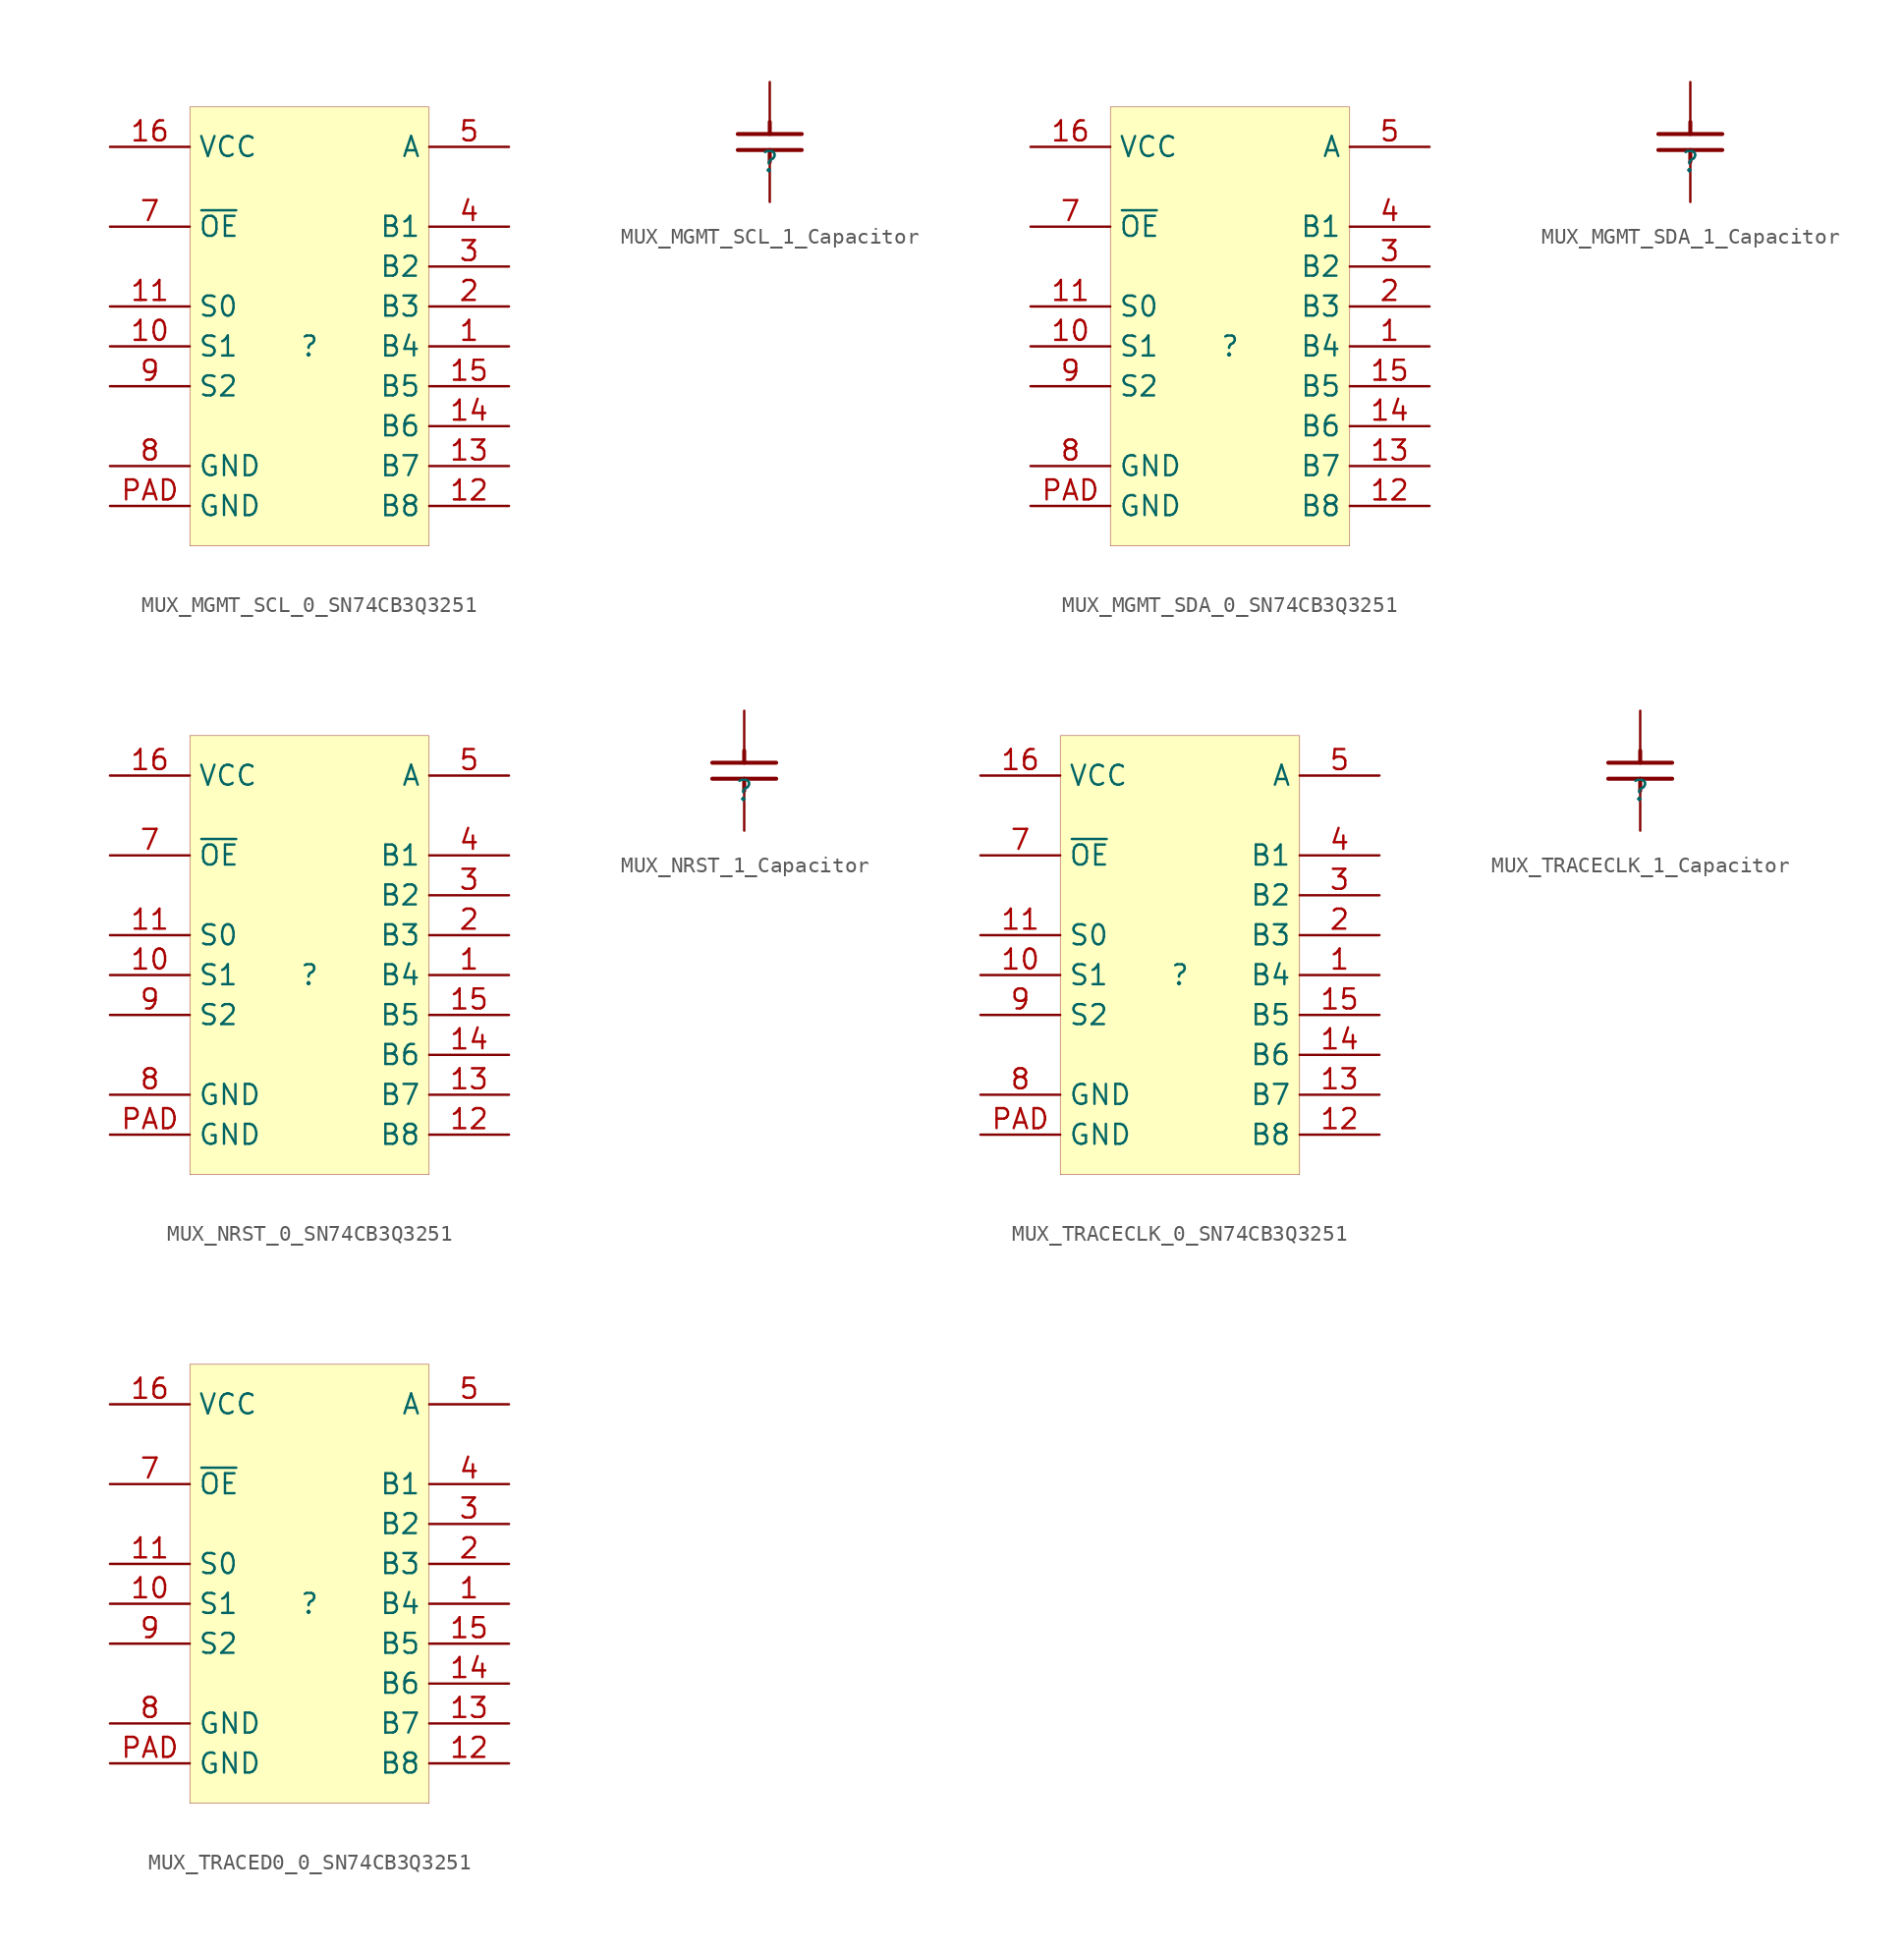
<source format=kicad_sym>
(kicad_symbol_lib
  (version 20231120)
  (generator "kicad_symbol_editor")
  (generator_version "8.0")
  (symbol "MUX_MGMT_SCL_0_SN74CB3Q3251"
    (property "Reference" ""
      (at 0 0 0)
      (effects (font (size 1.27 1.27))))
    (property "Value" ""
      (at 0 0 0)
      (effects (font (size 1.27 1.27))))
    (symbol "MUX_MGMT_SCL_0_SN74CB3Q3251_1_0"
      (rectangle (start 7.62 15.24) (end -7.62 -12.7) (stroke (width 0.025) (type solid) (color 128 0 0 1)) (fill (type background)))
      (pin passive line (at 12.7 0 180) (length 5.08) (name "B4" (effects (font (size 1.27 1.27)))) (number "1" (effects (font (size 1.27 1.27)))))
      (pin passive line (at -12.7 0 0) (length 5.08) (name "S1" (effects (font (size 1.27 1.27)))) (number "10" (effects (font (size 1.27 1.27)))))
      (pin passive line (at -12.7 2.54 0) (length 5.08) (name "S0" (effects (font (size 1.27 1.27)))) (number "11" (effects (font (size 1.27 1.27)))))
      (pin passive line (at 12.7 -10.16 180) (length 5.08) (name "B8" (effects (font (size 1.27 1.27)))) (number "12" (effects (font (size 1.27 1.27)))))
      (pin passive line (at 12.7 -7.62 180) (length 5.08) (name "B7" (effects (font (size 1.27 1.27)))) (number "13" (effects (font (size 1.27 1.27)))))
      (pin passive line (at 12.7 -5.08 180) (length 5.08) (name "B6" (effects (font (size 1.27 1.27)))) (number "14" (effects (font (size 1.27 1.27)))))
      (pin passive line (at 12.7 -2.54 180) (length 5.08) (name "B5" (effects (font (size 1.27 1.27)))) (number "15" (effects (font (size 1.27 1.27)))))
      (pin passive line (at -12.7 12.7 0) (length 5.08) (name "VCC" (effects (font (size 1.27 1.27)))) (number "16" (effects (font (size 1.27 1.27)))))
      (pin passive line (at 12.7 2.54 180) (length 5.08) (name "B3" (effects (font (size 1.27 1.27)))) (number "2" (effects (font (size 1.27 1.27)))))
      (pin passive line (at 12.7 5.08 180) (length 5.08) (name "B2" (effects (font (size 1.27 1.27)))) (number "3" (effects (font (size 1.27 1.27)))))
      (pin passive line (at 12.7 7.62 180) (length 5.08) (name "B1" (effects (font (size 1.27 1.27)))) (number "4" (effects (font (size 1.27 1.27)))))
      (pin passive line (at 12.7 12.7 180) (length 5.08) (name "A" (effects (font (size 1.27 1.27)))) (number "5" (effects (font (size 1.27 1.27)))))
      (pin passive line (at -12.7 7.62 0) (length 5.08) (name "~{OE}" (effects (font (size 1.27 1.27)))) (number "7" (effects (font (size 1.27 1.27)))))
      (pin passive line (at -12.7 -7.62 0) (length 5.08) (name "GND" (effects (font (size 1.27 1.27)))) (number "8" (effects (font (size 1.27 1.27)))))
      (pin passive line (at -12.7 -2.54 0) (length 5.08) (name "S2" (effects (font (size 1.27 1.27)))) (number "9" (effects (font (size 1.27 1.27)))))
      (pin passive line (at -12.7 -10.16 0) (length 5.08) (name "GND" (effects (font (size 1.27 1.27)))) (number "PAD" (effects (font (size 1.27 1.27)))))))
  (symbol "MUX_MGMT_SCL_1_Capacitor"
    (property "Reference" ""
      (at 0 0 0)
      (effects (font (size 1.27 1.27))))
    (property "Value" ""
      (at 0 0 0)
      (effects (font (size 1.27 1.27))))
    (symbol "MUX_MGMT_SCL_1_Capacitor_1_0"
      (polyline (pts (xy -2.032 0.762) (xy 2.032 0.762)) (stroke (width 0.254) (type solid)) (fill (type none)))
      (polyline (pts (xy 0 0) (xy 0 0.762)) (stroke (width 0.254) (type solid)) (fill (type none)))
      (polyline (pts (xy 0 1.778) (xy 0 2.54)) (stroke (width 0.254) (type solid)) (fill (type none)))
      (polyline (pts (xy 2.032 1.778) (xy -2.032 1.778)) (stroke (width 0.254) (type solid)) (fill (type none)))
      (pin passive line (at 0 -2.54 90) (length 2.54) (name "1" (effects (font (size 0 0)))) (number "1" (effects (font (size 0 0)))))
      (pin passive line (at 0 5.08 270) (length 2.54) (name "2" (effects (font (size 0 0)))) (number "2" (effects (font (size 0 0)))))))
  (symbol "MUX_MGMT_SDA_0_SN74CB3Q3251"
    (property "Reference" ""
      (at 0 0 0)
      (effects (font (size 1.27 1.27))))
    (property "Value" ""
      (at 0 0 0)
      (effects (font (size 1.27 1.27))))
    (symbol "MUX_MGMT_SDA_0_SN74CB3Q3251_1_0"
      (rectangle (start 7.62 15.24) (end -7.62 -12.7) (stroke (width 0.025) (type solid) (color 128 0 0 1)) (fill (type background)))
      (pin passive line (at 12.7 0 180) (length 5.08) (name "B4" (effects (font (size 1.27 1.27)))) (number "1" (effects (font (size 1.27 1.27)))))
      (pin passive line (at -12.7 0 0) (length 5.08) (name "S1" (effects (font (size 1.27 1.27)))) (number "10" (effects (font (size 1.27 1.27)))))
      (pin passive line (at -12.7 2.54 0) (length 5.08) (name "S0" (effects (font (size 1.27 1.27)))) (number "11" (effects (font (size 1.27 1.27)))))
      (pin passive line (at 12.7 -10.16 180) (length 5.08) (name "B8" (effects (font (size 1.27 1.27)))) (number "12" (effects (font (size 1.27 1.27)))))
      (pin passive line (at 12.7 -7.62 180) (length 5.08) (name "B7" (effects (font (size 1.27 1.27)))) (number "13" (effects (font (size 1.27 1.27)))))
      (pin passive line (at 12.7 -5.08 180) (length 5.08) (name "B6" (effects (font (size 1.27 1.27)))) (number "14" (effects (font (size 1.27 1.27)))))
      (pin passive line (at 12.7 -2.54 180) (length 5.08) (name "B5" (effects (font (size 1.27 1.27)))) (number "15" (effects (font (size 1.27 1.27)))))
      (pin passive line (at -12.7 12.7 0) (length 5.08) (name "VCC" (effects (font (size 1.27 1.27)))) (number "16" (effects (font (size 1.27 1.27)))))
      (pin passive line (at 12.7 2.54 180) (length 5.08) (name "B3" (effects (font (size 1.27 1.27)))) (number "2" (effects (font (size 1.27 1.27)))))
      (pin passive line (at 12.7 5.08 180) (length 5.08) (name "B2" (effects (font (size 1.27 1.27)))) (number "3" (effects (font (size 1.27 1.27)))))
      (pin passive line (at 12.7 7.62 180) (length 5.08) (name "B1" (effects (font (size 1.27 1.27)))) (number "4" (effects (font (size 1.27 1.27)))))
      (pin passive line (at 12.7 12.7 180) (length 5.08) (name "A" (effects (font (size 1.27 1.27)))) (number "5" (effects (font (size 1.27 1.27)))))
      (pin passive line (at -12.7 7.62 0) (length 5.08) (name "~{OE}" (effects (font (size 1.27 1.27)))) (number "7" (effects (font (size 1.27 1.27)))))
      (pin passive line (at -12.7 -7.62 0) (length 5.08) (name "GND" (effects (font (size 1.27 1.27)))) (number "8" (effects (font (size 1.27 1.27)))))
      (pin passive line (at -12.7 -2.54 0) (length 5.08) (name "S2" (effects (font (size 1.27 1.27)))) (number "9" (effects (font (size 1.27 1.27)))))
      (pin passive line (at -12.7 -10.16 0) (length 5.08) (name "GND" (effects (font (size 1.27 1.27)))) (number "PAD" (effects (font (size 1.27 1.27)))))))
  (symbol "MUX_MGMT_SDA_1_Capacitor"
    (property "Reference" ""
      (at 0 0 0)
      (effects (font (size 1.27 1.27))))
    (property "Value" ""
      (at 0 0 0)
      (effects (font (size 1.27 1.27))))
    (symbol "MUX_MGMT_SDA_1_Capacitor_1_0"
      (polyline (pts (xy -2.032 0.762) (xy 2.032 0.762)) (stroke (width 0.254) (type solid)) (fill (type none)))
      (polyline (pts (xy 0 0) (xy 0 0.762)) (stroke (width 0.254) (type solid)) (fill (type none)))
      (polyline (pts (xy 0 1.778) (xy 0 2.54)) (stroke (width 0.254) (type solid)) (fill (type none)))
      (polyline (pts (xy 2.032 1.778) (xy -2.032 1.778)) (stroke (width 0.254) (type solid)) (fill (type none)))
      (pin passive line (at 0 -2.54 90) (length 2.54) (name "1" (effects (font (size 0 0)))) (number "1" (effects (font (size 0 0)))))
      (pin passive line (at 0 5.08 270) (length 2.54) (name "2" (effects (font (size 0 0)))) (number "2" (effects (font (size 0 0)))))))
  (symbol "MUX_NRST_0_SN74CB3Q3251"
    (property "Reference" ""
      (at 0 0 0)
      (effects (font (size 1.27 1.27))))
    (property "Value" ""
      (at 0 0 0)
      (effects (font (size 1.27 1.27))))
    (symbol "MUX_NRST_0_SN74CB3Q3251_1_0"
      (rectangle (start 7.62 15.24) (end -7.62 -12.7) (stroke (width 0.025) (type solid) (color 128 0 0 1)) (fill (type background)))
      (pin passive line (at 12.7 0 180) (length 5.08) (name "B4" (effects (font (size 1.27 1.27)))) (number "1" (effects (font (size 1.27 1.27)))))
      (pin passive line (at -12.7 0 0) (length 5.08) (name "S1" (effects (font (size 1.27 1.27)))) (number "10" (effects (font (size 1.27 1.27)))))
      (pin passive line (at -12.7 2.54 0) (length 5.08) (name "S0" (effects (font (size 1.27 1.27)))) (number "11" (effects (font (size 1.27 1.27)))))
      (pin passive line (at 12.7 -10.16 180) (length 5.08) (name "B8" (effects (font (size 1.27 1.27)))) (number "12" (effects (font (size 1.27 1.27)))))
      (pin passive line (at 12.7 -7.62 180) (length 5.08) (name "B7" (effects (font (size 1.27 1.27)))) (number "13" (effects (font (size 1.27 1.27)))))
      (pin passive line (at 12.7 -5.08 180) (length 5.08) (name "B6" (effects (font (size 1.27 1.27)))) (number "14" (effects (font (size 1.27 1.27)))))
      (pin passive line (at 12.7 -2.54 180) (length 5.08) (name "B5" (effects (font (size 1.27 1.27)))) (number "15" (effects (font (size 1.27 1.27)))))
      (pin passive line (at -12.7 12.7 0) (length 5.08) (name "VCC" (effects (font (size 1.27 1.27)))) (number "16" (effects (font (size 1.27 1.27)))))
      (pin passive line (at 12.7 2.54 180) (length 5.08) (name "B3" (effects (font (size 1.27 1.27)))) (number "2" (effects (font (size 1.27 1.27)))))
      (pin passive line (at 12.7 5.08 180) (length 5.08) (name "B2" (effects (font (size 1.27 1.27)))) (number "3" (effects (font (size 1.27 1.27)))))
      (pin passive line (at 12.7 7.62 180) (length 5.08) (name "B1" (effects (font (size 1.27 1.27)))) (number "4" (effects (font (size 1.27 1.27)))))
      (pin passive line (at 12.7 12.7 180) (length 5.08) (name "A" (effects (font (size 1.27 1.27)))) (number "5" (effects (font (size 1.27 1.27)))))
      (pin passive line (at -12.7 7.62 0) (length 5.08) (name "~{OE}" (effects (font (size 1.27 1.27)))) (number "7" (effects (font (size 1.27 1.27)))))
      (pin passive line (at -12.7 -7.62 0) (length 5.08) (name "GND" (effects (font (size 1.27 1.27)))) (number "8" (effects (font (size 1.27 1.27)))))
      (pin passive line (at -12.7 -2.54 0) (length 5.08) (name "S2" (effects (font (size 1.27 1.27)))) (number "9" (effects (font (size 1.27 1.27)))))
      (pin passive line (at -12.7 -10.16 0) (length 5.08) (name "GND" (effects (font (size 1.27 1.27)))) (number "PAD" (effects (font (size 1.27 1.27)))))))
  (symbol "MUX_NRST_1_Capacitor"
    (property "Reference" ""
      (at 0 0 0)
      (effects (font (size 1.27 1.27))))
    (property "Value" ""
      (at 0 0 0)
      (effects (font (size 1.27 1.27))))
    (symbol "MUX_NRST_1_Capacitor_1_0"
      (polyline (pts (xy -2.032 0.762) (xy 2.032 0.762)) (stroke (width 0.254) (type solid)) (fill (type none)))
      (polyline (pts (xy 0 0) (xy 0 0.762)) (stroke (width 0.254) (type solid)) (fill (type none)))
      (polyline (pts (xy 0 1.778) (xy 0 2.54)) (stroke (width 0.254) (type solid)) (fill (type none)))
      (polyline (pts (xy 2.032 1.778) (xy -2.032 1.778)) (stroke (width 0.254) (type solid)) (fill (type none)))
      (pin passive line (at 0 -2.54 90) (length 2.54) (name "1" (effects (font (size 0 0)))) (number "1" (effects (font (size 0 0)))))
      (pin passive line (at 0 5.08 270) (length 2.54) (name "2" (effects (font (size 0 0)))) (number "2" (effects (font (size 0 0)))))))
  (symbol "MUX_TRACECLK_0_SN74CB3Q3251"
    (property "Reference" ""
      (at 0 0 0)
      (effects (font (size 1.27 1.27))))
    (property "Value" ""
      (at 0 0 0)
      (effects (font (size 1.27 1.27))))
    (symbol "MUX_TRACECLK_0_SN74CB3Q3251_1_0"
      (rectangle (start 7.62 15.24) (end -7.62 -12.7) (stroke (width 0.025) (type solid) (color 128 0 0 1)) (fill (type background)))
      (pin passive line (at 12.7 0 180) (length 5.08) (name "B4" (effects (font (size 1.27 1.27)))) (number "1" (effects (font (size 1.27 1.27)))))
      (pin passive line (at -12.7 0 0) (length 5.08) (name "S1" (effects (font (size 1.27 1.27)))) (number "10" (effects (font (size 1.27 1.27)))))
      (pin passive line (at -12.7 2.54 0) (length 5.08) (name "S0" (effects (font (size 1.27 1.27)))) (number "11" (effects (font (size 1.27 1.27)))))
      (pin passive line (at 12.7 -10.16 180) (length 5.08) (name "B8" (effects (font (size 1.27 1.27)))) (number "12" (effects (font (size 1.27 1.27)))))
      (pin passive line (at 12.7 -7.62 180) (length 5.08) (name "B7" (effects (font (size 1.27 1.27)))) (number "13" (effects (font (size 1.27 1.27)))))
      (pin passive line (at 12.7 -5.08 180) (length 5.08) (name "B6" (effects (font (size 1.27 1.27)))) (number "14" (effects (font (size 1.27 1.27)))))
      (pin passive line (at 12.7 -2.54 180) (length 5.08) (name "B5" (effects (font (size 1.27 1.27)))) (number "15" (effects (font (size 1.27 1.27)))))
      (pin passive line (at -12.7 12.7 0) (length 5.08) (name "VCC" (effects (font (size 1.27 1.27)))) (number "16" (effects (font (size 1.27 1.27)))))
      (pin passive line (at 12.7 2.54 180) (length 5.08) (name "B3" (effects (font (size 1.27 1.27)))) (number "2" (effects (font (size 1.27 1.27)))))
      (pin passive line (at 12.7 5.08 180) (length 5.08) (name "B2" (effects (font (size 1.27 1.27)))) (number "3" (effects (font (size 1.27 1.27)))))
      (pin passive line (at 12.7 7.62 180) (length 5.08) (name "B1" (effects (font (size 1.27 1.27)))) (number "4" (effects (font (size 1.27 1.27)))))
      (pin passive line (at 12.7 12.7 180) (length 5.08) (name "A" (effects (font (size 1.27 1.27)))) (number "5" (effects (font (size 1.27 1.27)))))
      (pin passive line (at -12.7 7.62 0) (length 5.08) (name "~{OE}" (effects (font (size 1.27 1.27)))) (number "7" (effects (font (size 1.27 1.27)))))
      (pin passive line (at -12.7 -7.62 0) (length 5.08) (name "GND" (effects (font (size 1.27 1.27)))) (number "8" (effects (font (size 1.27 1.27)))))
      (pin passive line (at -12.7 -2.54 0) (length 5.08) (name "S2" (effects (font (size 1.27 1.27)))) (number "9" (effects (font (size 1.27 1.27)))))
      (pin passive line (at -12.7 -10.16 0) (length 5.08) (name "GND" (effects (font (size 1.27 1.27)))) (number "PAD" (effects (font (size 1.27 1.27)))))))
  (symbol "MUX_TRACECLK_1_Capacitor"
    (property "Reference" ""
      (at 0 0 0)
      (effects (font (size 1.27 1.27))))
    (property "Value" ""
      (at 0 0 0)
      (effects (font (size 1.27 1.27))))
    (symbol "MUX_TRACECLK_1_Capacitor_1_0"
      (polyline (pts (xy -2.032 0.762) (xy 2.032 0.762)) (stroke (width 0.254) (type solid)) (fill (type none)))
      (polyline (pts (xy 0 0) (xy 0 0.762)) (stroke (width 0.254) (type solid)) (fill (type none)))
      (polyline (pts (xy 0 1.778) (xy 0 2.54)) (stroke (width 0.254) (type solid)) (fill (type none)))
      (polyline (pts (xy 2.032 1.778) (xy -2.032 1.778)) (stroke (width 0.254) (type solid)) (fill (type none)))
      (pin passive line (at 0 -2.54 90) (length 2.54) (name "1" (effects (font (size 0 0)))) (number "1" (effects (font (size 0 0)))))
      (pin passive line (at 0 5.08 270) (length 2.54) (name "2" (effects (font (size 0 0)))) (number "2" (effects (font (size 0 0)))))))
  (symbol "MUX_TRACED0_0_SN74CB3Q3251"
    (property "Reference" ""
      (at 0 0 0)
      (effects (font (size 1.27 1.27))))
    (property "Value" ""
      (at 0 0 0)
      (effects (font (size 1.27 1.27))))
    (symbol "MUX_TRACED0_0_SN74CB3Q3251_1_0"
      (rectangle (start 7.62 15.24) (end -7.62 -12.7) (stroke (width 0.025) (type solid) (color 128 0 0 1)) (fill (type background)))
      (pin passive line (at 12.7 0 180) (length 5.08) (name "B4" (effects (font (size 1.27 1.27)))) (number "1" (effects (font (size 1.27 1.27)))))
      (pin passive line (at -12.7 0 0) (length 5.08) (name "S1" (effects (font (size 1.27 1.27)))) (number "10" (effects (font (size 1.27 1.27)))))
      (pin passive line (at -12.7 2.54 0) (length 5.08) (name "S0" (effects (font (size 1.27 1.27)))) (number "11" (effects (font (size 1.27 1.27)))))
      (pin passive line (at 12.7 -10.16 180) (length 5.08) (name "B8" (effects (font (size 1.27 1.27)))) (number "12" (effects (font (size 1.27 1.27)))))
      (pin passive line (at 12.7 -7.62 180) (length 5.08) (name "B7" (effects (font (size 1.27 1.27)))) (number "13" (effects (font (size 1.27 1.27)))))
      (pin passive line (at 12.7 -5.08 180) (length 5.08) (name "B6" (effects (font (size 1.27 1.27)))) (number "14" (effects (font (size 1.27 1.27)))))
      (pin passive line (at 12.7 -2.54 180) (length 5.08) (name "B5" (effects (font (size 1.27 1.27)))) (number "15" (effects (font (size 1.27 1.27)))))
      (pin passive line (at -12.7 12.7 0) (length 5.08) (name "VCC" (effects (font (size 1.27 1.27)))) (number "16" (effects (font (size 1.27 1.27)))))
      (pin passive line (at 12.7 2.54 180) (length 5.08) (name "B3" (effects (font (size 1.27 1.27)))) (number "2" (effects (font (size 1.27 1.27)))))
      (pin passive line (at 12.7 5.08 180) (length 5.08) (name "B2" (effects (font (size 1.27 1.27)))) (number "3" (effects (font (size 1.27 1.27)))))
      (pin passive line (at 12.7 7.62 180) (length 5.08) (name "B1" (effects (font (size 1.27 1.27)))) (number "4" (effects (font (size 1.27 1.27)))))
      (pin passive line (at 12.7 12.7 180) (length 5.08) (name "A" (effects (font (size 1.27 1.27)))) (number "5" (effects (font (size 1.27 1.27)))))
      (pin passive line (at -12.7 7.62 0) (length 5.08) (name "~{OE}" (effects (font (size 1.27 1.27)))) (number "7" (effects (font (size 1.27 1.27)))))
      (pin passive line (at -12.7 -7.62 0) (length 5.08) (name "GND" (effects (font (size 1.27 1.27)))) (number "8" (effects (font (size 1.27 1.27)))))
      (pin passive line (at -12.7 -2.54 0) (length 5.08) (name "S2" (effects (font (size 1.27 1.27)))) (number "9" (effects (font (size 1.27 1.27)))))
      (pin passive line (at -12.7 -10.16 0) (length 5.08) (name "GND" (effects (font (size 1.27 1.27)))) (number "PAD" (effects (font (size 1.27 1.27))))))))
</source>
